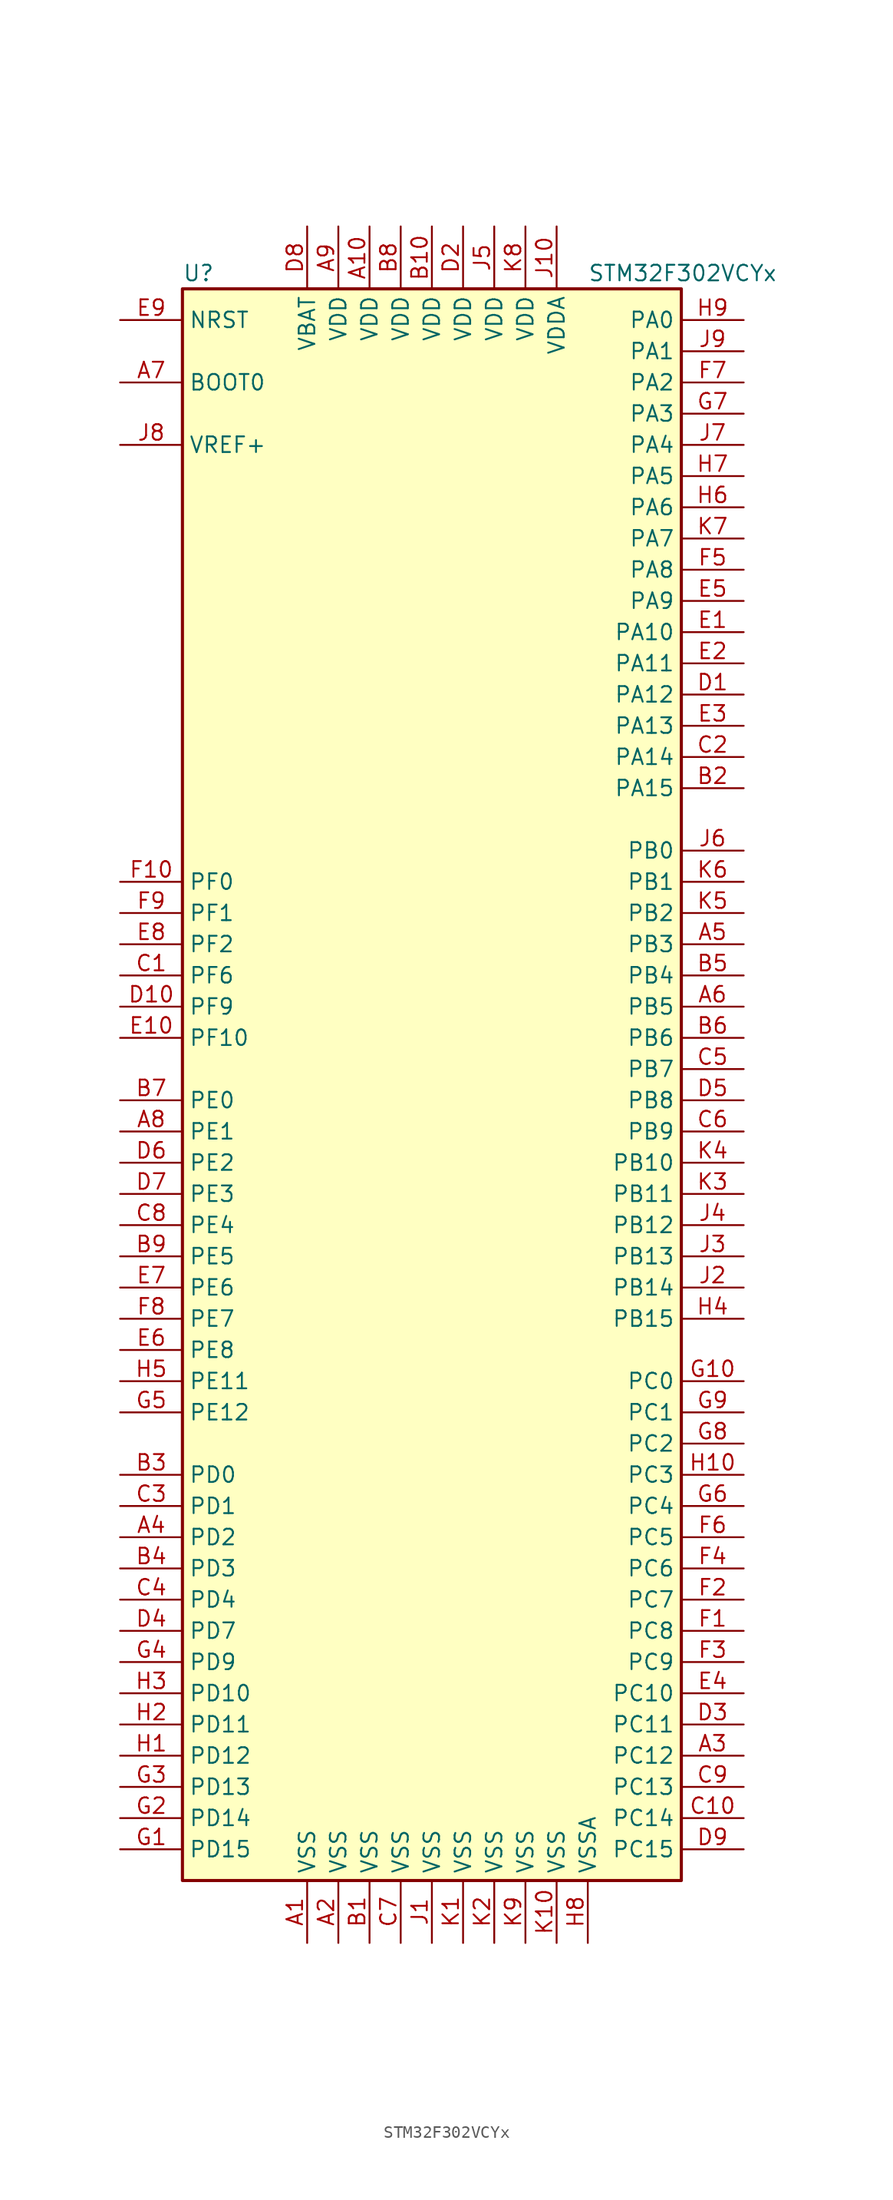
<source format=kicad_sym>
(kicad_symbol_lib
  (version 20201005)
  (generator kicad_symbol_editor)
  (symbol "STM32F302VCYx"
    (property "Reference" "U"
      (at -20.32 64.77 0)
      (effects (font (size 1.27 1.27)) (justify left)))
    (property "Value" "STM32F302VCYx"
      (at 12.7 64.77 0)
      (effects (font (size 1.27 1.27)) (justify left)))
    (symbol "STM32F302VCYx_0_1"
      (rectangle (start -20.32 -66.04) (end 20.32 63.5) (stroke (width 0.254)) (fill (type background))))
    (symbol "STM32F302VCYx_1_1"
      (pin input line (at -25.4 55.88 0) (length 5.08) (name "BOOT0" (effects (font (size 1.27 1.27)))) (number "A7" (effects (font (size 1.27 1.27)))))
      (pin input line (at -25.4 60.96 0) (length 5.08) (name "NRST" (effects (font (size 1.27 1.27)))) (number "E9" (effects (font (size 1.27 1.27)))))
      (pin bidirectional line (at 25.4 60.96 180) (length 5.08) (name "PA0" (effects (font (size 1.27 1.27)))) (number "H9" (effects (font (size 1.27 1.27)))))
      (pin bidirectional line (at 25.4 58.42 180) (length 5.08) (name "PA1" (effects (font (size 1.27 1.27)))) (number "J9" (effects (font (size 1.27 1.27)))))
      (pin bidirectional line (at 25.4 35.56 180) (length 5.08) (name "PA10" (effects (font (size 1.27 1.27)))) (number "E1" (effects (font (size 1.27 1.27)))))
      (pin bidirectional line (at 25.4 33.02 180) (length 5.08) (name "PA11" (effects (font (size 1.27 1.27)))) (number "E2" (effects (font (size 1.27 1.27)))))
      (pin bidirectional line (at 25.4 30.48 180) (length 5.08) (name "PA12" (effects (font (size 1.27 1.27)))) (number "D1" (effects (font (size 1.27 1.27)))))
      (pin bidirectional line (at 25.4 27.94 180) (length 5.08) (name "PA13" (effects (font (size 1.27 1.27)))) (number "E3" (effects (font (size 1.27 1.27)))))
      (pin bidirectional line (at 25.4 25.4 180) (length 5.08) (name "PA14" (effects (font (size 1.27 1.27)))) (number "C2" (effects (font (size 1.27 1.27)))))
      (pin bidirectional line (at 25.4 22.86 180) (length 5.08) (name "PA15" (effects (font (size 1.27 1.27)))) (number "B2" (effects (font (size 1.27 1.27)))))
      (pin bidirectional line (at 25.4 55.88 180) (length 5.08) (name "PA2" (effects (font (size 1.27 1.27)))) (number "F7" (effects (font (size 1.27 1.27)))))
      (pin bidirectional line (at 25.4 53.34 180) (length 5.08) (name "PA3" (effects (font (size 1.27 1.27)))) (number "G7" (effects (font (size 1.27 1.27)))))
      (pin bidirectional line (at 25.4 50.8 180) (length 5.08) (name "PA4" (effects (font (size 1.27 1.27)))) (number "J7" (effects (font (size 1.27 1.27)))))
      (pin bidirectional line (at 25.4 48.26 180) (length 5.08) (name "PA5" (effects (font (size 1.27 1.27)))) (number "H7" (effects (font (size 1.27 1.27)))))
      (pin bidirectional line (at 25.4 45.72 180) (length 5.08) (name "PA6" (effects (font (size 1.27 1.27)))) (number "H6" (effects (font (size 1.27 1.27)))))
      (pin bidirectional line (at 25.4 43.18 180) (length 5.08) (name "PA7" (effects (font (size 1.27 1.27)))) (number "K7" (effects (font (size 1.27 1.27)))))
      (pin bidirectional line (at 25.4 40.64 180) (length 5.08) (name "PA8" (effects (font (size 1.27 1.27)))) (number "F5" (effects (font (size 1.27 1.27)))))
      (pin bidirectional line (at 25.4 38.1 180) (length 5.08) (name "PA9" (effects (font (size 1.27 1.27)))) (number "E5" (effects (font (size 1.27 1.27)))))
      (pin bidirectional line (at 25.4 17.78 180) (length 5.08) (name "PB0" (effects (font (size 1.27 1.27)))) (number "J6" (effects (font (size 1.27 1.27)))))
      (pin bidirectional line (at 25.4 15.24 180) (length 5.08) (name "PB1" (effects (font (size 1.27 1.27)))) (number "K6" (effects (font (size 1.27 1.27)))))
      (pin bidirectional line (at 25.4 -7.62 180) (length 5.08) (name "PB10" (effects (font (size 1.27 1.27)))) (number "K4" (effects (font (size 1.27 1.27)))))
      (pin bidirectional line (at 25.4 -10.16 180) (length 5.08) (name "PB11" (effects (font (size 1.27 1.27)))) (number "K3" (effects (font (size 1.27 1.27)))))
      (pin bidirectional line (at 25.4 -12.7 180) (length 5.08) (name "PB12" (effects (font (size 1.27 1.27)))) (number "J4" (effects (font (size 1.27 1.27)))))
      (pin bidirectional line (at 25.4 -15.24 180) (length 5.08) (name "PB13" (effects (font (size 1.27 1.27)))) (number "J3" (effects (font (size 1.27 1.27)))))
      (pin bidirectional line (at 25.4 -17.78 180) (length 5.08) (name "PB14" (effects (font (size 1.27 1.27)))) (number "J2" (effects (font (size 1.27 1.27)))))
      (pin bidirectional line (at 25.4 -20.32 180) (length 5.08) (name "PB15" (effects (font (size 1.27 1.27)))) (number "H4" (effects (font (size 1.27 1.27)))))
      (pin bidirectional line (at 25.4 12.7 180) (length 5.08) (name "PB2" (effects (font (size 1.27 1.27)))) (number "K5" (effects (font (size 1.27 1.27)))))
      (pin bidirectional line (at 25.4 10.16 180) (length 5.08) (name "PB3" (effects (font (size 1.27 1.27)))) (number "A5" (effects (font (size 1.27 1.27)))))
      (pin bidirectional line (at 25.4 7.62 180) (length 5.08) (name "PB4" (effects (font (size 1.27 1.27)))) (number "B5" (effects (font (size 1.27 1.27)))))
      (pin bidirectional line (at 25.4 5.08 180) (length 5.08) (name "PB5" (effects (font (size 1.27 1.27)))) (number "A6" (effects (font (size 1.27 1.27)))))
      (pin bidirectional line (at 25.4 2.54 180) (length 5.08) (name "PB6" (effects (font (size 1.27 1.27)))) (number "B6" (effects (font (size 1.27 1.27)))))
      (pin bidirectional line (at 25.4 0 180) (length 5.08) (name "PB7" (effects (font (size 1.27 1.27)))) (number "C5" (effects (font (size 1.27 1.27)))))
      (pin bidirectional line (at 25.4 -2.54 180) (length 5.08) (name "PB8" (effects (font (size 1.27 1.27)))) (number "D5" (effects (font (size 1.27 1.27)))))
      (pin bidirectional line (at 25.4 -5.08 180) (length 5.08) (name "PB9" (effects (font (size 1.27 1.27)))) (number "C6" (effects (font (size 1.27 1.27)))))
      (pin bidirectional line (at 25.4 -25.4 180) (length 5.08) (name "PC0" (effects (font (size 1.27 1.27)))) (number "G10" (effects (font (size 1.27 1.27)))))
      (pin bidirectional line (at 25.4 -27.94 180) (length 5.08) (name "PC1" (effects (font (size 1.27 1.27)))) (number "G9" (effects (font (size 1.27 1.27)))))
      (pin bidirectional line (at 25.4 -50.8 180) (length 5.08) (name "PC10" (effects (font (size 1.27 1.27)))) (number "E4" (effects (font (size 1.27 1.27)))))
      (pin bidirectional line (at 25.4 -53.34 180) (length 5.08) (name "PC11" (effects (font (size 1.27 1.27)))) (number "D3" (effects (font (size 1.27 1.27)))))
      (pin bidirectional line (at 25.4 -55.88 180) (length 5.08) (name "PC12" (effects (font (size 1.27 1.27)))) (number "A3" (effects (font (size 1.27 1.27)))))
      (pin bidirectional line (at 25.4 -58.42 180) (length 5.08) (name "PC13" (effects (font (size 1.27 1.27)))) (number "C9" (effects (font (size 1.27 1.27)))))
      (pin bidirectional line (at 25.4 -60.96 180) (length 5.08) (name "PC14" (effects (font (size 1.27 1.27)))) (number "C10" (effects (font (size 1.27 1.27)))))
      (pin bidirectional line (at 25.4 -63.5 180) (length 5.08) (name "PC15" (effects (font (size 1.27 1.27)))) (number "D9" (effects (font (size 1.27 1.27)))))
      (pin bidirectional line (at 25.4 -30.48 180) (length 5.08) (name "PC2" (effects (font (size 1.27 1.27)))) (number "G8" (effects (font (size 1.27 1.27)))))
      (pin bidirectional line (at 25.4 -33.02 180) (length 5.08) (name "PC3" (effects (font (size 1.27 1.27)))) (number "H10" (effects (font (size 1.27 1.27)))))
      (pin bidirectional line (at 25.4 -35.56 180) (length 5.08) (name "PC4" (effects (font (size 1.27 1.27)))) (number "G6" (effects (font (size 1.27 1.27)))))
      (pin bidirectional line (at 25.4 -38.1 180) (length 5.08) (name "PC5" (effects (font (size 1.27 1.27)))) (number "F6" (effects (font (size 1.27 1.27)))))
      (pin bidirectional line (at 25.4 -40.64 180) (length 5.08) (name "PC6" (effects (font (size 1.27 1.27)))) (number "F4" (effects (font (size 1.27 1.27)))))
      (pin bidirectional line (at 25.4 -43.18 180) (length 5.08) (name "PC7" (effects (font (size 1.27 1.27)))) (number "F2" (effects (font (size 1.27 1.27)))))
      (pin bidirectional line (at 25.4 -45.72 180) (length 5.08) (name "PC8" (effects (font (size 1.27 1.27)))) (number "F1" (effects (font (size 1.27 1.27)))))
      (pin bidirectional line (at 25.4 -48.26 180) (length 5.08) (name "PC9" (effects (font (size 1.27 1.27)))) (number "F3" (effects (font (size 1.27 1.27)))))
      (pin bidirectional line (at -25.4 -33.02 0) (length 5.08) (name "PD0" (effects (font (size 1.27 1.27)))) (number "B3" (effects (font (size 1.27 1.27)))))
      (pin bidirectional line (at -25.4 -35.56 0) (length 5.08) (name "PD1" (effects (font (size 1.27 1.27)))) (number "C3" (effects (font (size 1.27 1.27)))))
      (pin bidirectional line (at -25.4 -50.8 0) (length 5.08) (name "PD10" (effects (font (size 1.27 1.27)))) (number "H3" (effects (font (size 1.27 1.27)))))
      (pin bidirectional line (at -25.4 -53.34 0) (length 5.08) (name "PD11" (effects (font (size 1.27 1.27)))) (number "H2" (effects (font (size 1.27 1.27)))))
      (pin bidirectional line (at -25.4 -55.88 0) (length 5.08) (name "PD12" (effects (font (size 1.27 1.27)))) (number "H1" (effects (font (size 1.27 1.27)))))
      (pin bidirectional line (at -25.4 -58.42 0) (length 5.08) (name "PD13" (effects (font (size 1.27 1.27)))) (number "G3" (effects (font (size 1.27 1.27)))))
      (pin bidirectional line (at -25.4 -60.96 0) (length 5.08) (name "PD14" (effects (font (size 1.27 1.27)))) (number "G2" (effects (font (size 1.27 1.27)))))
      (pin bidirectional line (at -25.4 -63.5 0) (length 5.08) (name "PD15" (effects (font (size 1.27 1.27)))) (number "G1" (effects (font (size 1.27 1.27)))))
      (pin bidirectional line (at -25.4 -38.1 0) (length 5.08) (name "PD2" (effects (font (size 1.27 1.27)))) (number "A4" (effects (font (size 1.27 1.27)))))
      (pin bidirectional line (at -25.4 -40.64 0) (length 5.08) (name "PD3" (effects (font (size 1.27 1.27)))) (number "B4" (effects (font (size 1.27 1.27)))))
      (pin bidirectional line (at -25.4 -43.18 0) (length 5.08) (name "PD4" (effects (font (size 1.27 1.27)))) (number "C4" (effects (font (size 1.27 1.27)))))
      (pin bidirectional line (at -25.4 -45.72 0) (length 5.08) (name "PD7" (effects (font (size 1.27 1.27)))) (number "D4" (effects (font (size 1.27 1.27)))))
      (pin bidirectional line (at -25.4 -48.26 0) (length 5.08) (name "PD9" (effects (font (size 1.27 1.27)))) (number "G4" (effects (font (size 1.27 1.27)))))
      (pin bidirectional line (at -25.4 -2.54 0) (length 5.08) (name "PE0" (effects (font (size 1.27 1.27)))) (number "B7" (effects (font (size 1.27 1.27)))))
      (pin bidirectional line (at -25.4 -5.08 0) (length 5.08) (name "PE1" (effects (font (size 1.27 1.27)))) (number "A8" (effects (font (size 1.27 1.27)))))
      (pin bidirectional line (at -25.4 -25.4 0) (length 5.08) (name "PE11" (effects (font (size 1.27 1.27)))) (number "H5" (effects (font (size 1.27 1.27)))))
      (pin bidirectional line (at -25.4 -27.94 0) (length 5.08) (name "PE12" (effects (font (size 1.27 1.27)))) (number "G5" (effects (font (size 1.27 1.27)))))
      (pin bidirectional line (at -25.4 -7.62 0) (length 5.08) (name "PE2" (effects (font (size 1.27 1.27)))) (number "D6" (effects (font (size 1.27 1.27)))))
      (pin bidirectional line (at -25.4 -10.16 0) (length 5.08) (name "PE3" (effects (font (size 1.27 1.27)))) (number "D7" (effects (font (size 1.27 1.27)))))
      (pin bidirectional line (at -25.4 -12.7 0) (length 5.08) (name "PE4" (effects (font (size 1.27 1.27)))) (number "C8" (effects (font (size 1.27 1.27)))))
      (pin bidirectional line (at -25.4 -15.24 0) (length 5.08) (name "PE5" (effects (font (size 1.27 1.27)))) (number "B9" (effects (font (size 1.27 1.27)))))
      (pin bidirectional line (at -25.4 -17.78 0) (length 5.08) (name "PE6" (effects (font (size 1.27 1.27)))) (number "E7" (effects (font (size 1.27 1.27)))))
      (pin bidirectional line (at -25.4 -20.32 0) (length 5.08) (name "PE7" (effects (font (size 1.27 1.27)))) (number "F8" (effects (font (size 1.27 1.27)))))
      (pin bidirectional line (at -25.4 -22.86 0) (length 5.08) (name "PE8" (effects (font (size 1.27 1.27)))) (number "E6" (effects (font (size 1.27 1.27)))))
      (pin input line (at -25.4 15.24 0) (length 5.08) (name "PF0" (effects (font (size 1.27 1.27)))) (number "F10" (effects (font (size 1.27 1.27)))))
      (pin input line (at -25.4 12.7 0) (length 5.08) (name "PF1" (effects (font (size 1.27 1.27)))) (number "F9" (effects (font (size 1.27 1.27)))))
      (pin bidirectional line (at -25.4 2.54 0) (length 5.08) (name "PF10" (effects (font (size 1.27 1.27)))) (number "E10" (effects (font (size 1.27 1.27)))))
      (pin bidirectional line (at -25.4 10.16 0) (length 5.08) (name "PF2" (effects (font (size 1.27 1.27)))) (number "E8" (effects (font (size 1.27 1.27)))))
      (pin bidirectional line (at -25.4 7.62 0) (length 5.08) (name "PF6" (effects (font (size 1.27 1.27)))) (number "C1" (effects (font (size 1.27 1.27)))))
      (pin bidirectional line (at -25.4 5.08 0) (length 5.08) (name "PF9" (effects (font (size 1.27 1.27)))) (number "D10" (effects (font (size 1.27 1.27)))))
      (pin power_in line (at -10.16 68.58 270) (length 5.08) (name "VBAT" (effects (font (size 1.27 1.27)))) (number "D8" (effects (font (size 1.27 1.27)))))
      (pin power_in line (at -5.08 68.58 270) (length 5.08) (name "VDD" (effects (font (size 1.27 1.27)))) (number "A10" (effects (font (size 1.27 1.27)))))
      (pin power_in line (at -7.62 68.58 270) (length 5.08) (name "VDD" (effects (font (size 1.27 1.27)))) (number "A9" (effects (font (size 1.27 1.27)))))
      (pin power_in line (at 0 68.58 270) (length 5.08) (name "VDD" (effects (font (size 1.27 1.27)))) (number "B10" (effects (font (size 1.27 1.27)))))
      (pin power_in line (at -2.54 68.58 270) (length 5.08) (name "VDD" (effects (font (size 1.27 1.27)))) (number "B8" (effects (font (size 1.27 1.27)))))
      (pin power_in line (at 2.54 68.58 270) (length 5.08) (name "VDD" (effects (font (size 1.27 1.27)))) (number "D2" (effects (font (size 1.27 1.27)))))
      (pin power_in line (at 5.08 68.58 270) (length 5.08) (name "VDD" (effects (font (size 1.27 1.27)))) (number "J5" (effects (font (size 1.27 1.27)))))
      (pin power_in line (at 7.62 68.58 270) (length 5.08) (name "VDD" (effects (font (size 1.27 1.27)))) (number "K8" (effects (font (size 1.27 1.27)))))
      (pin power_in line (at 10.16 68.58 270) (length 5.08) (name "VDDA" (effects (font (size 1.27 1.27)))) (number "J10" (effects (font (size 1.27 1.27)))))
      (pin power_in line (at -25.4 50.8 0) (length 5.08) (name "VREF+" (effects (font (size 1.27 1.27)))) (number "J8" (effects (font (size 1.27 1.27)))))
      (pin power_in line (at -10.16 -71.12 90) (length 5.08) (name "VSS" (effects (font (size 1.27 1.27)))) (number "A1" (effects (font (size 1.27 1.27)))))
      (pin power_in line (at -7.62 -71.12 90) (length 5.08) (name "VSS" (effects (font (size 1.27 1.27)))) (number "A2" (effects (font (size 1.27 1.27)))))
      (pin power_in line (at -5.08 -71.12 90) (length 5.08) (name "VSS" (effects (font (size 1.27 1.27)))) (number "B1" (effects (font (size 1.27 1.27)))))
      (pin power_in line (at -2.54 -71.12 90) (length 5.08) (name "VSS" (effects (font (size 1.27 1.27)))) (number "C7" (effects (font (size 1.27 1.27)))))
      (pin power_in line (at 0 -71.12 90) (length 5.08) (name "VSS" (effects (font (size 1.27 1.27)))) (number "J1" (effects (font (size 1.27 1.27)))))
      (pin power_in line (at 2.54 -71.12 90) (length 5.08) (name "VSS" (effects (font (size 1.27 1.27)))) (number "K1" (effects (font (size 1.27 1.27)))))
      (pin power_in line (at 10.16 -71.12 90) (length 5.08) (name "VSS" (effects (font (size 1.27 1.27)))) (number "K10" (effects (font (size 1.27 1.27)))))
      (pin power_in line (at 5.08 -71.12 90) (length 5.08) (name "VSS" (effects (font (size 1.27 1.27)))) (number "K2" (effects (font (size 1.27 1.27)))))
      (pin power_in line (at 7.62 -71.12 90) (length 5.08) (name "VSS" (effects (font (size 1.27 1.27)))) (number "K9" (effects (font (size 1.27 1.27)))))
      (pin power_in line (at 12.7 -71.12 90) (length 5.08) (name "VSSA" (effects (font (size 1.27 1.27)))) (number "H8" (effects (font (size 1.27 1.27))))))))
</source>
